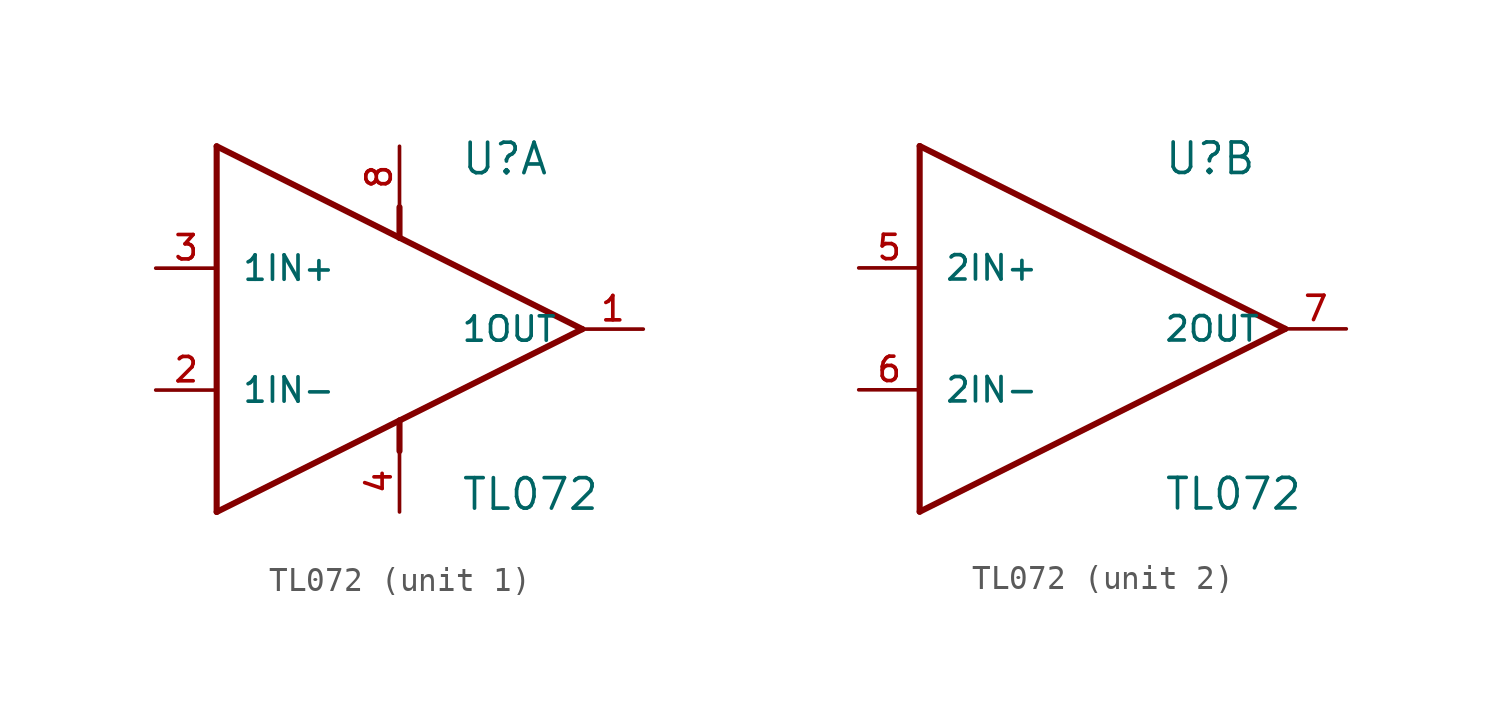
<source format=kicad_sym>
(kicad_symbol_lib
  (version 20211014)
  (generator kicad_symbol_editor)
  (symbol "TL072"
    (pin_names
      (offset 1.016))
    (property "Reference" "U"
      (at 5.083 6.357 0)
      (effects (font (size 1.27 1.27)) (justify bottom left)))
    (property "Value" "TL072"
      (at 5.082 -7.624 0)
      (effects (font (size 1.27 1.27)) (justify bottom left)))
    (symbol "TL072_1_0"
      (polyline (pts (xy -5.08 7.62) (xy -5.08 -7.62)) (stroke (width 0.254)))
      (polyline (pts (xy -5.08 -7.62) (xy 2.54 -3.81)) (stroke (width 0.254)))
      (polyline (pts (xy 2.54 -3.81) (xy 10.16 0.0)) (stroke (width 0.254)))
      (polyline (pts (xy 10.16 0.0) (xy 2.54 3.81)) (stroke (width 0.254)))
      (polyline (pts (xy 2.54 3.81) (xy -5.08 7.62)) (stroke (width 0.254)))
      (polyline (pts (xy 2.54 5.08) (xy 2.54 3.81)) (stroke (width 0.254)))
      (polyline (pts (xy 2.54 -3.81) (xy 2.54 -5.08)) (stroke (width 0.254)))
      (pin input line (at -7.62 2.54 0) (length 2.54) (name "1IN+" (effects (font (size 1.016 1.016)))) (number "3" (effects (font (size 1.016 1.016)))))
      (pin input line (at -7.62 -2.54 0) (length 2.54) (name "1IN-" (effects (font (size 1.016 1.016)))) (number "2" (effects (font (size 1.016 1.016)))))
      (pin output line (at 12.7 0.0 180.0) (length 2.54) (name "1OUT" (effects (font (size 1.016 1.016)))) (number "1" (effects (font (size 1.016 1.016)))))
      (pin power_in line (at 2.54 7.62 270.0) (length 2.54) (name "~" (effects (font (size 1.016 1.016)))) (number "8" (effects (font (size 1.016 1.016)))))
      (pin power_in line (at 2.54 -7.62 90.0) (length 2.54) (name "~" (effects (font (size 1.016 1.016)))) (number "4" (effects (font (size 1.016 1.016))))))
    (symbol "TL072_2_0"
      (polyline (pts (xy -5.08 7.62) (xy -5.08 -7.62)) (stroke (width 0.254)))
      (polyline (pts (xy -5.08 -7.62) (xy 10.16 0.0)) (stroke (width 0.254)))
      (polyline (pts (xy 10.16 0.0) (xy -5.08 7.62)) (stroke (width 0.254)))
      (pin input line (at -7.62 2.54 0) (length 2.54) (name "2IN+" (effects (font (size 1.016 1.016)))) (number "5" (effects (font (size 1.016 1.016)))))
      (pin input line (at -7.62 -2.54 0) (length 2.54) (name "2IN-" (effects (font (size 1.016 1.016)))) (number "6" (effects (font (size 1.016 1.016)))))
      (pin output line (at 12.7 0.0 180.0) (length 2.54) (name "2OUT" (effects (font (size 1.016 1.016)))) (number "7" (effects (font (size 1.016 1.016))))))))
</source>
